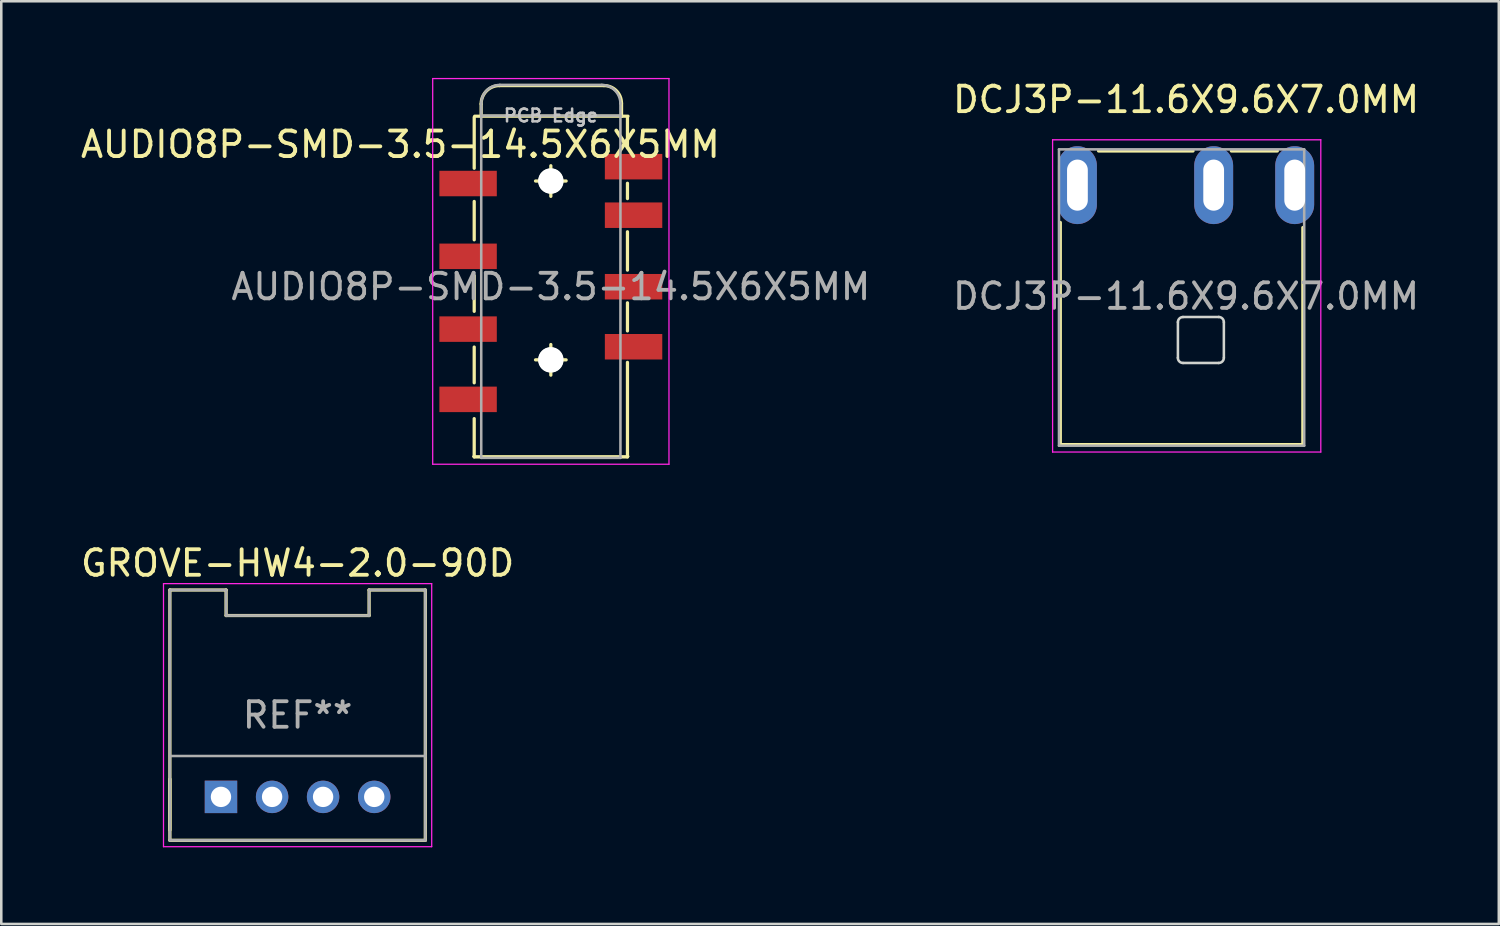
<source format=kicad_pcb>
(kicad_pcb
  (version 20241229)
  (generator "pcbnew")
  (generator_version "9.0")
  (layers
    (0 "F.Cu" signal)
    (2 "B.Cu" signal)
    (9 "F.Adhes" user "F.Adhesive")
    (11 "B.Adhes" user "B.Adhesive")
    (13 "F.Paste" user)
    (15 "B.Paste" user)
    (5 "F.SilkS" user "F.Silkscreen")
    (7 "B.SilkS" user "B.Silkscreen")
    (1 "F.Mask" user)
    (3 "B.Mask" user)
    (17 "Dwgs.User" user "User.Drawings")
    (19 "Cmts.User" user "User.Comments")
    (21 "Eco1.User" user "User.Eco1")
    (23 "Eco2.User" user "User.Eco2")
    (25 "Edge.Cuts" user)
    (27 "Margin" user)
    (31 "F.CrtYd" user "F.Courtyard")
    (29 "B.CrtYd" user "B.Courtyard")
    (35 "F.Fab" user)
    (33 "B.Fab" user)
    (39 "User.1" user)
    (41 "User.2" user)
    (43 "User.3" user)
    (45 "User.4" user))
  (footprint "GROVE-HW4-2.0-90D"
    (layer "F.Cu")
    (at 8.601 24.948)
    (property "Reference" "GROVE-HW4-2.0-90D" (at 0 -5.95 0) (layer "F.SilkS") (effects (font (size 1 1) (thickness 0.15))))
    (attr exclude_from_pos_files exclude_from_bom)
    (fp_line (start -5.001 -4.9) (end -2.8 -4.9) (stroke (width 0.127) (type solid)) (layer "F.SilkS"))
    (fp_line (start -5 -4.9) (end -5 4.9) (stroke (width 0.127) (type solid)) (layer "F.SilkS"))
    (fp_line (start -4.999 2.502) (end -4.999 4.498) (stroke (width 0.127) (type solid)) (layer "F.SilkS"))
    (fp_line (start -2.8 -4.9) (end -2.8 -3.899) (stroke (width 0.127) (type solid)) (layer "F.SilkS"))
    (fp_line (start -2.799 -3.9) (end 2.799 -3.9) (stroke (width 0.127) (type solid)) (layer "F.SilkS"))
    (fp_line (start 2.799 -4.9) (end 5 -4.9) (stroke (width 0.127) (type solid)) (layer "F.SilkS"))
    (fp_line (start 2.799 -3.899) (end 2.799 -4.9) (stroke (width 0.127) (type solid)) (layer "F.SilkS"))
    (fp_line (start 5 -4.9) (end 5 4.9) (stroke (width 0.127) (type solid)) (layer "F.SilkS"))
    (fp_line (start 5 4.9) (end -5 4.9) (stroke (width 0.127) (type solid)) (layer "F.SilkS"))
    (fp_line (start -5.25 -5.15) (end -5.25 5.15) (stroke (width 0.05) (type solid)) (layer "F.CrtYd"))
    (fp_line (start -5.25 5.15) (end 5.25 5.15) (stroke (width 0.05) (type solid)) (layer "F.CrtYd"))
    (fp_line (start 5.25 -5.15) (end -5.25 -5.15) (stroke (width 0.05) (type solid)) (layer "F.CrtYd"))
    (fp_line (start 5.25 5.15) (end 5.25 -5.15) (stroke (width 0.05) (type solid)) (layer "F.CrtYd"))
    (fp_line (start -5 -4.9) (end -2.799 -4.9) (stroke (width 0.1) (type solid)) (layer "F.Fab"))
    (fp_line (start -5 1.6) (end 5 1.6) (stroke (width 0.1) (type solid)) (layer "F.Fab"))
    (fp_line (start -5 4.9) (end -5 -4.9) (stroke (width 0.1) (type solid)) (layer "F.Fab"))
    (fp_line (start -5 4.9) (end 5 4.9) (stroke (width 0.1) (type solid)) (layer "F.Fab"))
    (fp_line (start -2.799 -4.9) (end -2.799 -3.899) (stroke (width 0.1) (type solid)) (layer "F.Fab"))
    (fp_line (start -2.799 -3.899) (end 2.799 -3.899) (stroke (width 0.1) (type solid)) (layer "F.Fab"))
    (fp_line (start 2.799 -4.9) (end 5 -4.9) (stroke (width 0.1) (type solid)) (layer "F.Fab"))
    (fp_line (start 2.799 -3.899) (end 2.799 -4.9) (stroke (width 0.1) (type solid)) (layer "F.Fab"))
    (fp_line (start 5 4.9) (end 5 -4.9) (stroke (width 0.1) (type solid)) (layer "F.Fab"))
    (fp_text user "REF**" (at 0 0 0) (layer "F.Fab") (effects (font (size 1 1) (thickness 0.15))))
    (pad "1" thru_hole rect (at -3 3.2) (size 1.27 1.27) (drill 0.798) (layers "*.Cu" "*.Mask"))
    (pad "2" thru_hole circle (at -0.998 3.2) (size 1.27 1.27) (drill 0.798) (layers "*.Cu" "*.Mask"))
    (pad "3" thru_hole circle (at 0.998 3.2) (size 1.27 1.27) (drill 0.798) (layers "*.Cu" "*.Mask"))
    (pad "4" thru_hole circle (at 3 3.2) (size 1.27 1.27) (drill 0.798) (layers "*.Cu" "*.Mask")))
  (footprint "AUDIO8P-SMD-3.5-14.5X6X5MM"
    (layer "F.Cu")
    (at 18.515 8.175)
    (property "Reference" "AUDIO8P-SMD-3.5-14.5X6X5MM" (at -5.89 -5.57 0) (layer "F.SilkS") (effects (font (size 1 1) (thickness 0.15))))
    (attr smd)
    (fp_line (start -3.048 6.64) (end 3.048 6.64) (stroke (width 0.066) (type solid)) (layer "F.SilkS"))
    (fp_line (start -3 -6.637) (end -3 -4.638) (stroke (width 0.127) (type solid)) (layer "F.SilkS"))
    (fp_line (start -3 -1.836) (end -3 -3.338) (stroke (width 0.127) (type solid)) (layer "F.SilkS"))
    (fp_line (start -3 0.963) (end -3 -0.437) (stroke (width 0.127) (type solid)) (layer "F.SilkS"))
    (fp_line (start -3 3.762) (end -3 2.362) (stroke (width 0.127) (type solid)) (layer "F.SilkS"))
    (fp_line (start -3 6.662) (end -3 5.164) (stroke (width 0.127) (type solid)) (layer "F.SilkS"))
    (fp_line (start -2.728 -7.156) (end -2.728 -6.676) (stroke (width 0.127) (type solid)) (layer "F.SilkS"))
    (fp_line (start -2.728 -6.676) (end -2.98 -6.676) (stroke (width 0.127) (type solid)) (layer "F.SilkS"))
    (fp_line (start -0.599 -4.138) (end 0.599 -4.138) (stroke (width 0.127) (type solid)) (layer "F.SilkS"))
    (fp_line (start -0.599 2.863) (end 0.599 2.863) (stroke (width 0.127) (type solid)) (layer "F.SilkS"))
    (fp_line (start 0 -4.737) (end 0 -3.538) (stroke (width 0.127) (type solid)) (layer "F.SilkS"))
    (fp_line (start 0 2.263) (end 0 3.462) (stroke (width 0.127) (type solid)) (layer "F.SilkS"))
    (fp_line (start 2.08 -7.875) (end -2.01 -7.875) (stroke (width 0.127) (type solid)) (layer "F.SilkS"))
    (fp_line (start 2.768 -7.189) (end 2.768 -6.676) (stroke (width 0.127) (type solid)) (layer "F.SilkS"))
    (fp_line (start 2.768 -6.676) (end -2.728 -6.676) (stroke (width 0.127) (type solid)) (layer "F.SilkS"))
    (fp_line (start 2.768 -6.676) (end 3.02 -6.676) (stroke (width 0.127) (type solid)) (layer "F.SilkS"))
    (fp_line (start 3 -6.637) (end 3 -5.438) (stroke (width 0.127) (type solid)) (layer "F.SilkS"))
    (fp_line (start 3 -4.05) (end 3 -3.451) (stroke (width 0.127) (type solid)) (layer "F.SilkS"))
    (fp_line (start 3 -2.151) (end 3 -0.65) (stroke (width 0.127) (type solid)) (layer "F.SilkS"))
    (fp_line (start 3 0.63) (end 3 1.73) (stroke (width 0.127) (type solid)) (layer "F.SilkS"))
    (fp_line (start 3 2.962) (end 3 6.662) (stroke (width 0.127) (type solid)) (layer "F.SilkS"))
    (fp_line (start 3 6.662) (end -3 6.662) (stroke (width 0.127) (type solid)) (layer "F.SilkS"))
    (fp_arc (start -2.728458 -7.155846) (mid -2.51792 -7.664128) (end -2.009638 -7.874666) (stroke (width 0.127) (type solid)) (layer "F.SilkS"))
    (fp_arc (start 2.079762 -7.874666) (mid 2.564696 -7.6738) (end 2.765562 -7.188866) (stroke (width 0.127) (type solid)) (layer "F.SilkS"))
    (fp_circle (center 0 -4.138) (end -0.3 -3.838) (stroke (width 0.127) (type solid)) (fill no) (layer "F.SilkS"))
    (fp_circle (center 0 2.863) (end -0.3 3.162) (stroke (width 0.127) (type solid)) (fill no) (layer "F.SilkS"))
    (fp_line (start -4.625 -8.15) (end 4.625 -8.15) (stroke (width 0.05) (type solid)) (layer "F.CrtYd"))
    (fp_line (start -4.625 6.95) (end -4.625 -8.15) (stroke (width 0.05) (type solid)) (layer "F.CrtYd"))
    (fp_line (start 4.625 -8.15) (end 4.625 6.95) (stroke (width 0.05) (type solid)) (layer "F.CrtYd"))
    (fp_line (start 4.625 6.95) (end -4.625 6.95) (stroke (width 0.05) (type solid)) (layer "F.CrtYd"))
    (fp_line (start -2.725 -7.189) (end -2.725 -6.668) (stroke (width 0.1) (type solid)) (layer "F.Fab"))
    (fp_line (start -2.725 -6.7) (end -2.725 6.7) (stroke (width 0.1) (type solid)) (layer "F.Fab"))
    (fp_line (start -2.725 -6.7) (end 2.725 -6.7) (stroke (width 0.1) (type solid)) (layer "F.Fab"))
    (fp_line (start -2.725 6.7) (end 2.725 6.7) (stroke (width 0.1) (type solid)) (layer "F.Fab"))
    (fp_line (start 2 -7.9) (end -2 -7.9) (stroke (width 0.1) (type solid)) (layer "F.Fab"))
    (fp_line (start 2.725 -6.7) (end 2.725 6.7) (stroke (width 0.1) (type solid)) (layer "F.Fab"))
    (fp_line (start 2.725 -6.668) (end 2.725 -7.189) (stroke (width 0.1) (type solid)) (layer "F.Fab"))
    (fp_arc (start -2.723994 -7.166006) (mid -2.509012 -7.685018) (end -1.99 -7.9) (stroke (width 0.1) (type solid)) (layer "F.Fab"))
    (fp_arc (start 1.99 -7.9) (mid 2.509012 -7.685018) (end 2.723994 -7.166006) (stroke (width 0.1) (type solid)) (layer "F.Fab"))
    (fp_text user "PCB Edge" (at 0 -6.7 0) (layer "Dwgs.User") (effects (font (size 0.5 0.5) (thickness 0.1))))
    (fp_text user "${REFERENCE}" (at 0 0 0) (layer "F.Fab") (effects (font (size 1 1) (thickness 0.15))))
    (pad "" np_thru_hole circle (at 0 -4.138) (size 1 1) (drill 1) (layers "*.Cu" "*.Mask"))
    (pad "" np_thru_hole circle (at 0 2.863) (size 1 1) (drill 1) (layers "*.Cu" "*.Mask"))
    (pad "1" smd rect (at 3.239 -4.7) (size 2.248 0.998) (layers "F.Cu" "F.Mask" "F.Paste"))
    (pad "2" smd rect (at 3.239 -2.8) (size 2.248 0.998) (layers "F.Cu" "F.Mask" "F.Paste"))
    (pad "3" smd rect (at 3.239 0) (size 2.248 0.998) (layers "F.Cu" "F.Mask" "F.Paste"))
    (pad "4" smd rect (at -3.239 4.41) (size 2.248 0.998) (layers "F.Cu" "F.Mask" "F.Paste"))
    (pad "5" smd rect (at -3.239 -4.04) (size 2.248 0.998) (layers "F.Cu" "F.Mask" "F.Paste"))
    (pad "6" smd rect (at -3.239 -1.19) (size 2.248 0.998) (layers "F.Cu" "F.Mask" "F.Paste"))
    (pad "7" smd rect (at -3.239 1.66) (size 2.248 0.998) (layers "F.Cu" "F.Mask" "F.Paste"))
    (pad "8" smd rect (at 3.239 2.35) (size 2.248 0.998) (layers "F.Cu" "F.Mask" "F.Paste")))
  (footprint "DCJ3P-11.6X9.6X7.0MM"
    (layer "F.Cu")
    (at 43.384 8.548)
    (property "Reference" "DCJ3P-11.6X9.6X7.0MM" (at 0 -7.7 180) (layer "F.SilkS") (effects (font (size 1 1) (thickness 0.15))))
    (attr exclude_from_pos_files exclude_from_bom)
    (fp_line (start -4.924 5.81) (end -4.924 -2.889) (stroke (width 0.127) (type solid)) (layer "F.SilkS"))
    (fp_line (start -4.919 5.81) (end 4.578 5.81) (stroke (width 0.066) (type solid)) (layer "F.SilkS"))
    (fp_line (start -3.425 -5.688) (end 0.273 -5.688) (stroke (width 0.127) (type solid)) (layer "F.SilkS"))
    (fp_line (start 1.774 -5.688) (end 3.573 -5.688) (stroke (width 0.127) (type solid)) (layer "F.SilkS"))
    (fp_line (start 4.573 -2.689) (end 4.573 5.81) (stroke (width 0.127) (type solid)) (layer "F.SilkS"))
    (fp_line (start 4.573 5.81) (end -4.919 5.81) (stroke (width 0.127) (type solid)) (layer "F.SilkS"))
    (fp_line (start 4.578 5.81) (end 4.573 5.81) (stroke (width 0.127) (type solid)) (layer "F.SilkS"))
    (fp_line (start -0.319 2.412) (end -0.319 1.012) (stroke (width 0.1) (type solid)) (layer "Edge.Cuts"))
    (fp_line (start -0.121 0.812) (end 1.279 0.812) (stroke (width 0.1) (type solid)) (layer "Edge.Cuts"))
    (fp_line (start 1.279 2.612) (end -0.121 2.612) (stroke (width 0.1) (type solid)) (layer "Edge.Cuts"))
    (fp_line (start 1.48 1.012) (end 1.48 2.412) (stroke (width 0.1) (type solid)) (layer "Edge.Cuts"))
    (fp_arc (start -0.31877 1.01219) (mid -0.260742 0.872098) (end -0.12065 0.81407) (stroke (width 0.1) (type solid)) (layer "Edge.Cuts"))
    (fp_arc (start -0.12065 2.61239) (mid -0.262538 2.553618) (end -0.32131 2.41173) (stroke (width 0.1) (type solid)) (layer "Edge.Cuts"))
    (fp_arc (start 1.27889 0.81153) (mid 1.420778 0.870302) (end 1.47955 1.01219) (stroke (width 0.1) (type solid)) (layer "Edge.Cuts"))
    (fp_arc (start 1.47955 2.41173) (mid 1.420778 2.553618) (end 1.27889 2.61239) (stroke (width 0.1) (type solid)) (layer "Edge.Cuts"))
    (fp_line (start -5.225 -6.125) (end -5.225 6.1) (stroke (width 0.05) (type solid)) (layer "F.CrtYd"))
    (fp_line (start -5.225 6.1) (end 5.275 6.1) (stroke (width 0.05) (type solid)) (layer "F.CrtYd"))
    (fp_line (start 5.275 -6.125) (end -5.225 -6.125) (stroke (width 0.05) (type solid)) (layer "F.CrtYd"))
    (fp_line (start 5.275 6.1) (end 5.275 -6.125) (stroke (width 0.05) (type solid)) (layer "F.CrtYd"))
    (fp_line (start -4.975 -5.75) (end 4.625 -5.75) (stroke (width 0.1) (type solid)) (layer "F.Fab"))
    (fp_line (start -4.975 5.85) (end -4.975 -5.75) (stroke (width 0.1) (type solid)) (layer "F.Fab"))
    (fp_line (start 4.625 5.85) (end -4.975 5.85) (stroke (width 0.1) (type solid)) (layer "F.Fab"))
    (fp_line (start 4.625 5.85) (end 4.625 -5.75) (stroke (width 0.1) (type solid)) (layer "F.Fab"))
    (fp_text user "${REFERENCE}" (at 0 0 0) (layer "F.Fab") (effects (font (size 1 1) (thickness 0.15))))
    (pad "1" thru_hole oval (at 4.253 -4.35 180) (size 1.524 3.048) (drill oval 0.813 2) (layers "*.Cu" "*.Mask"))
    (pad "2" thru_hole oval (at -4.253 -4.35 180) (size 1.524 3.048) (drill oval 0.813 2) (layers "*.Cu" "*.Mask"))
    (pad "3" thru_hole oval (at 1.081 -4.35 180) (size 1.524 3.048) (drill oval 0.813 2) (layers "*.Cu" "*.Mask")))
  (gr_rect
    (start -3 -3)
    (end 55.628 33.123)
    (stroke (width 0.1) (type default))
    (fill no)
    (layer "Edge.Cuts")))
</source>
